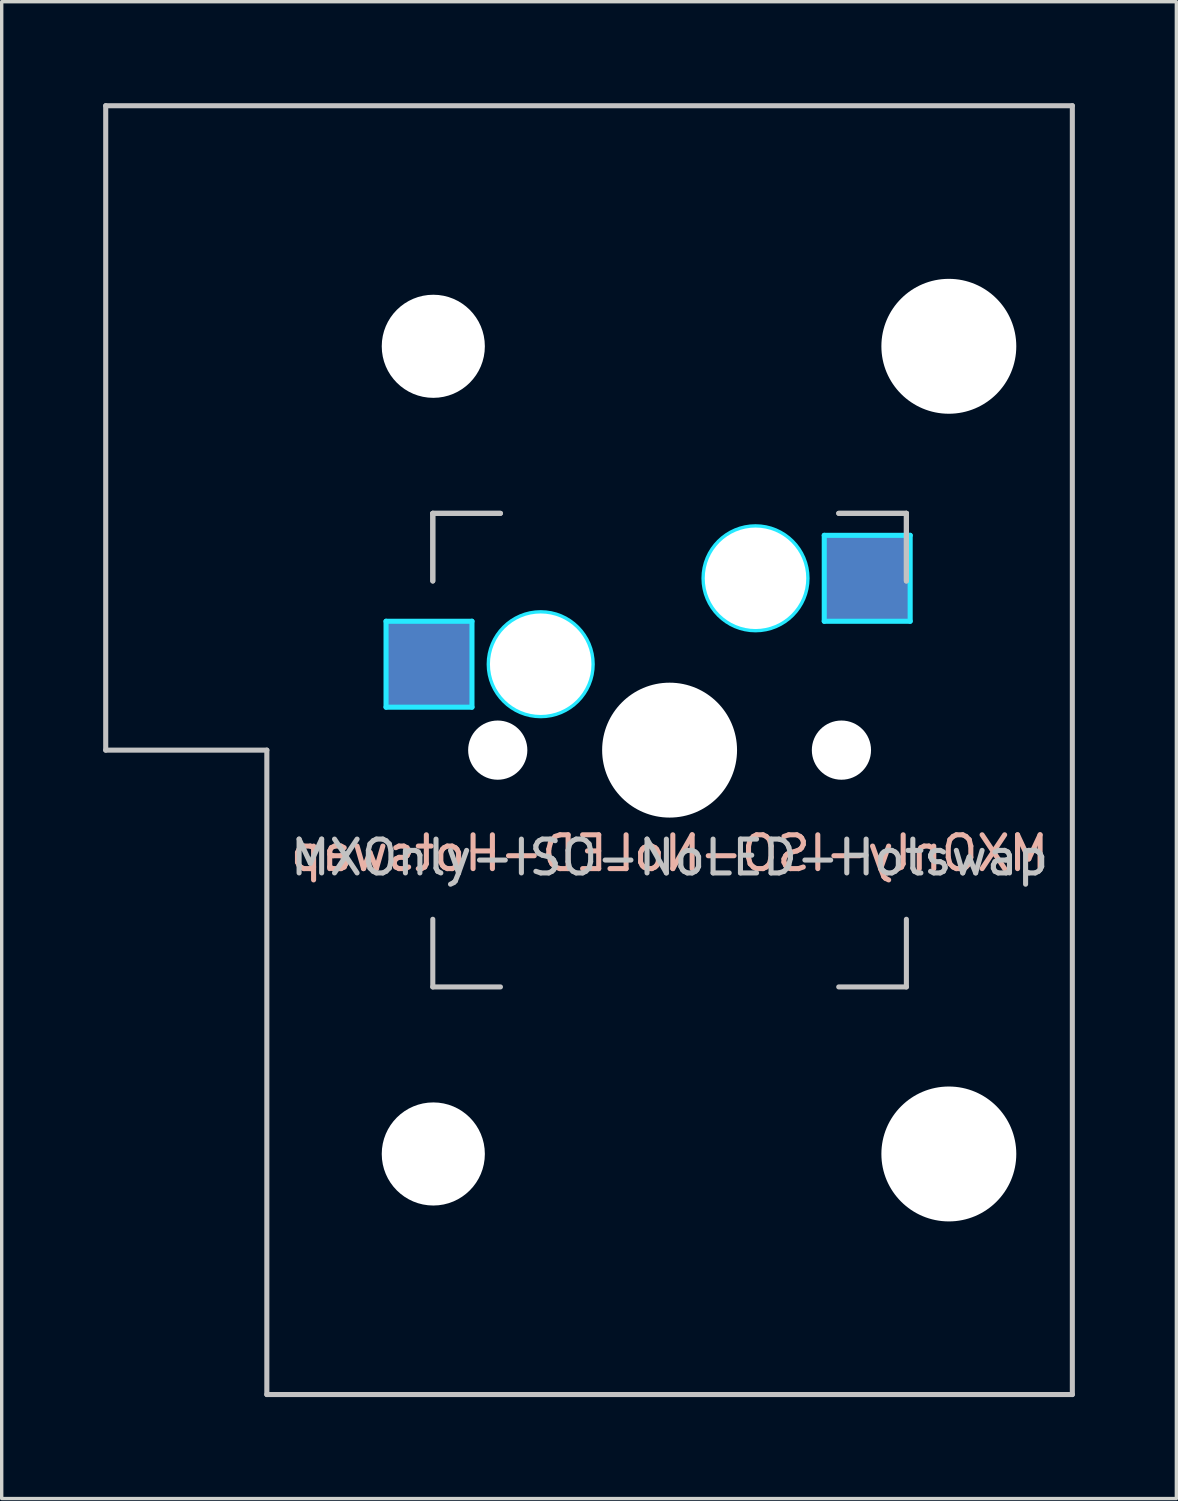
<source format=kicad_pcb>
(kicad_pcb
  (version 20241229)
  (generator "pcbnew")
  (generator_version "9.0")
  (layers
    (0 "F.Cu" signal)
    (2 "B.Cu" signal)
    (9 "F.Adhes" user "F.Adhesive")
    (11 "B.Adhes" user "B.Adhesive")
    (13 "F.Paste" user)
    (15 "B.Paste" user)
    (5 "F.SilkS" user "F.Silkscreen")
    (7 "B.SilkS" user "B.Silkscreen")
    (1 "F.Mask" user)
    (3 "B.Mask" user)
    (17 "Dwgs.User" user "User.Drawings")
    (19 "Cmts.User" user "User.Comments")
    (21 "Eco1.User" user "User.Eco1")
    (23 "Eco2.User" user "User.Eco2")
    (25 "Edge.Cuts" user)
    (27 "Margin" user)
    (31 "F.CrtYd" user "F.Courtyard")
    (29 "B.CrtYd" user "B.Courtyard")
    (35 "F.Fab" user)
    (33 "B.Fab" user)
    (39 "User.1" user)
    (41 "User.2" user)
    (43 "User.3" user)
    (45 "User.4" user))
  (footprint "MXOnly-ISO-NoLED-Hotswap"
    (layer "F.Cu")
    (at 16.744 19.125)
    (property "Reference" "MXOnly-ISO-NoLED-Hotswap" (at 0 3.175 0) (layer "Dwgs.User") (effects (font (size 1 1) (thickness 0.15))))
    (attr through_hole)
    (fp_line (start -16.669 -19.05) (end -16.669 0) (stroke (width 0.15) (type solid)) (layer "Dwgs.User"))
    (fp_line (start -16.669 -19.05) (end 11.906 -19.05) (stroke (width 0.15) (type solid)) (layer "Dwgs.User"))
    (fp_line (start -11.906 0) (end -16.669 0) (stroke (width 0.15) (type solid)) (layer "Dwgs.User"))
    (fp_line (start -11.906 19.05) (end -11.906 0) (stroke (width 0.15) (type solid)) (layer "Dwgs.User"))
    (fp_line (start -11.906 19.05) (end 11.906 19.05) (stroke (width 0.15) (type solid)) (layer "Dwgs.User"))
    (fp_line (start -7 -7) (end -7 -5) (stroke (width 0.15) (type solid)) (layer "Dwgs.User"))
    (fp_line (start -7 -7) (end -7 -5) (stroke (width 0.15) (type solid)) (layer "Dwgs.User"))
    (fp_line (start -7 5) (end -7 7) (stroke (width 0.15) (type solid)) (layer "Dwgs.User"))
    (fp_line (start -7 7) (end -5 7) (stroke (width 0.15) (type solid)) (layer "Dwgs.User"))
    (fp_line (start -5 -7) (end -7 -7) (stroke (width 0.15) (type solid)) (layer "Dwgs.User"))
    (fp_line (start -5 -7) (end -7 -7) (stroke (width 0.15) (type solid)) (layer "Dwgs.User"))
    (fp_line (start 5 -7) (end 7 -7) (stroke (width 0.15) (type solid)) (layer "Dwgs.User"))
    (fp_line (start 5 -7) (end 7 -7) (stroke (width 0.15) (type solid)) (layer "Dwgs.User"))
    (fp_line (start 5 7) (end 7 7) (stroke (width 0.15) (type solid)) (layer "Dwgs.User"))
    (fp_line (start 7 -7) (end 7 -5) (stroke (width 0.15) (type solid)) (layer "Dwgs.User"))
    (fp_line (start 7 -7) (end 7 -5) (stroke (width 0.15) (type solid)) (layer "Dwgs.User"))
    (fp_line (start 7 7) (end 7 5) (stroke (width 0.15) (type solid)) (layer "Dwgs.User"))
    (fp_line (start 11.906 -19.05) (end 11.906 19.05) (stroke (width 0.15) (type solid)) (layer "Dwgs.User"))
    (fp_line (start -8.382 -3.81) (end -8.382 -1.27) (stroke (width 0.15) (type solid)) (layer "B.CrtYd"))
    (fp_line (start -8.382 -1.27) (end -5.842 -1.27) (stroke (width 0.15) (type solid)) (layer "B.CrtYd"))
    (fp_line (start -5.842 -3.81) (end -8.382 -3.81) (stroke (width 0.15) (type solid)) (layer "B.CrtYd"))
    (fp_line (start -5.842 -1.27) (end -5.842 -3.81) (stroke (width 0.15) (type solid)) (layer "B.CrtYd"))
    (fp_line (start 4.572 -6.35) (end 7.112 -6.35) (stroke (width 0.15) (type solid)) (layer "B.CrtYd"))
    (fp_line (start 4.572 -3.81) (end 4.572 -6.35) (stroke (width 0.15) (type solid)) (layer "B.CrtYd"))
    (fp_line (start 7.112 -6.35) (end 7.112 -3.81) (stroke (width 0.15) (type solid)) (layer "B.CrtYd"))
    (fp_line (start 7.112 -3.81) (end 4.572 -3.81) (stroke (width 0.15) (type solid)) (layer "B.CrtYd"))
    (fp_circle (center -3.81 -2.54) (end -3.81 -4.064) (stroke (width 0.15) (type solid)) (fill no) (layer "B.CrtYd"))
    (fp_circle (center 2.54 -5.08) (end 2.54 -6.604) (stroke (width 0.15) (type solid)) (fill no) (layer "B.CrtYd"))
    (fp_text user "${REFERENCE}" (at 0 3.048 0) (layer "B.SilkS") (effects (font (size 1 1) (thickness 0.15)) (justify mirror)))
    (pad "" np_thru_hole circle (at -6.985 -11.938) (size 3.048 3.048) (drill 3.048) (layers "*.Cu" "*.Mask"))
    (pad "" np_thru_hole circle (at -6.985 11.938) (size 3.048 3.048) (drill 3.048) (layers "*.Cu" "*.Mask"))
    (pad "" np_thru_hole circle (at -5.08 0 48.1) (size 1.75 1.75) (drill 1.75) (layers "*.Cu" "*.Mask"))
    (pad "" np_thru_hole circle (at -3.81 -2.54) (size 3 3) (drill 3) (layers "*.Cu" "*.Mask"))
    (pad "" np_thru_hole circle (at 0 0) (size 3.988 3.988) (drill 3.988) (layers "*.Cu" "*.Mask"))
    (pad "" np_thru_hole circle (at 2.54 -5.08) (size 3 3) (drill 3) (layers "*.Cu" "*.Mask"))
    (pad "" np_thru_hole circle (at 5.08 0 48.1) (size 1.75 1.75) (drill 1.75) (layers "*.Cu" "*.Mask"))
    (pad "" np_thru_hole circle (at 8.255 -11.938) (size 3.988 3.988) (drill 3.988) (layers "*.Cu" "*.Mask"))
    (pad "" np_thru_hole circle (at 8.255 11.938) (size 3.988 3.988) (drill 3.988) (layers "*.Cu" "*.Mask"))
    (pad "1" smd rect (at -7.085 -2.54) (size 2.55 2.5) (layers "B.Cu" "B.Mask" "B.Paste"))
    (pad "2" smd rect (at 5.842 -5.08) (size 2.55 2.5) (layers "B.Cu" "B.Mask" "B.Paste")))
  (gr_rect
    (start -3 -3)
    (end 31.725 41.25)
    (stroke (width 0.1) (type default))
    (fill no)
    (layer "Edge.Cuts")))
</source>
